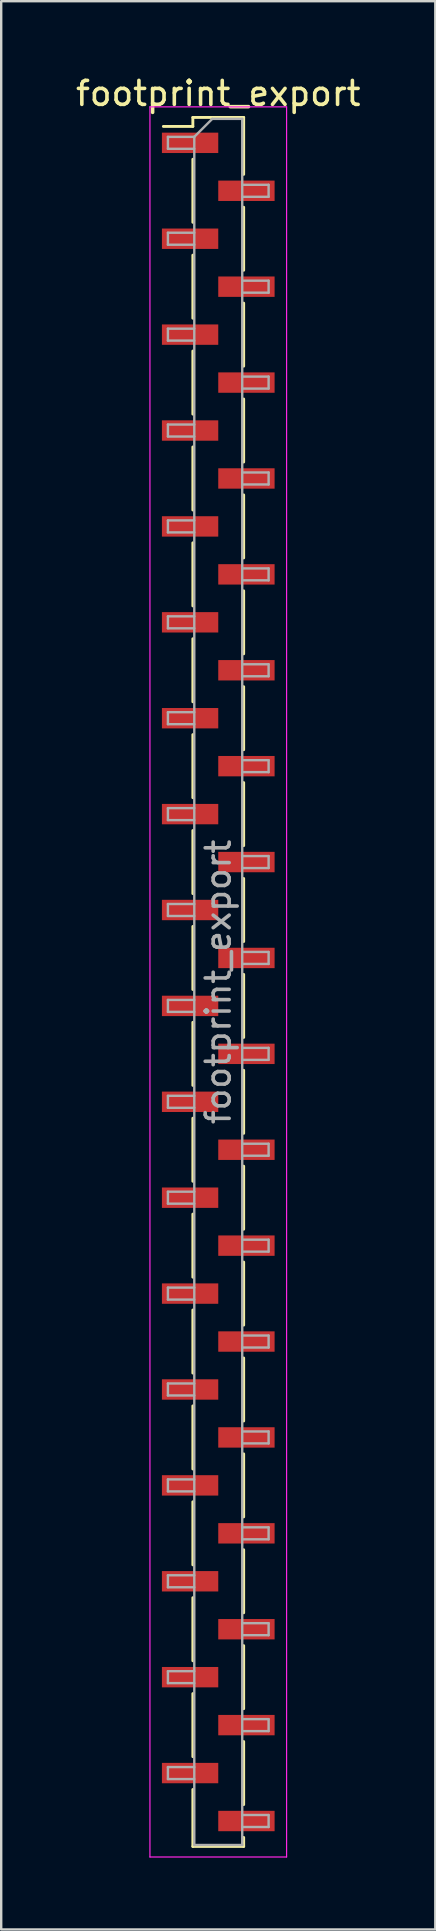
<source format=kicad_pcb>
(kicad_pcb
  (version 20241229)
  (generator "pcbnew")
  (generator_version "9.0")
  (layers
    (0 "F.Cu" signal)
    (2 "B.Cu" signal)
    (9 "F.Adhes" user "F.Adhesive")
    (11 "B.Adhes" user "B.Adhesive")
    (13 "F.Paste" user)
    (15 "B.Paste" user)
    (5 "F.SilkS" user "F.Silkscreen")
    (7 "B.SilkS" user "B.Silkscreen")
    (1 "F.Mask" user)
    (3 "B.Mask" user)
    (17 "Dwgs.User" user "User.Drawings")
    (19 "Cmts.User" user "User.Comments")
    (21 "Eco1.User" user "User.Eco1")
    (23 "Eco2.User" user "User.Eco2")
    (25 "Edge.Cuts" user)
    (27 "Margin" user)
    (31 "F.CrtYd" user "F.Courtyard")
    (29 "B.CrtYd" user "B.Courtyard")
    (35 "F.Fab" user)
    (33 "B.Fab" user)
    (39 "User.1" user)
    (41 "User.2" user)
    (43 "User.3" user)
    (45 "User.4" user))
  (footprint "footprint_export"
    (layer "F.Cu")
    (at 6.054 37.908)
    (property "Reference" "footprint_export" (at 0 -37.06 0) (layer "F.SilkS") (effects (font (size 1 1) (thickness 0.15))))
    (attr smd)
    (fp_line (start -1.06 -36.06) (end -1.06 -35.685) (stroke (width 0.12) (type solid)) (layer "F.SilkS"))
    (fp_line (start -1.06 -36.06) (end 1.06 -36.06) (stroke (width 0.12) (type solid)) (layer "F.SilkS"))
    (fp_line (start -1.06 -35.685) (end -2.29 -35.685) (stroke (width 0.12) (type solid)) (layer "F.SilkS"))
    (fp_line (start -1.06 -34.315) (end -1.06 -31.685) (stroke (width 0.12) (type solid)) (layer "F.SilkS"))
    (fp_line (start -1.06 -30.315) (end -1.06 -27.685) (stroke (width 0.12) (type solid)) (layer "F.SilkS"))
    (fp_line (start -1.06 -26.315) (end -1.06 -23.685) (stroke (width 0.12) (type solid)) (layer "F.SilkS"))
    (fp_line (start -1.06 -22.315) (end -1.06 -19.685) (stroke (width 0.12) (type solid)) (layer "F.SilkS"))
    (fp_line (start -1.06 -18.315) (end -1.06 -15.685) (stroke (width 0.12) (type solid)) (layer "F.SilkS"))
    (fp_line (start -1.06 -14.315) (end -1.06 -11.685) (stroke (width 0.12) (type solid)) (layer "F.SilkS"))
    (fp_line (start -1.06 -10.315) (end -1.06 -7.685) (stroke (width 0.12) (type solid)) (layer "F.SilkS"))
    (fp_line (start -1.06 -6.315) (end -1.06 -3.685) (stroke (width 0.12) (type solid)) (layer "F.SilkS"))
    (fp_line (start -1.06 -2.315) (end -1.06 0.315) (stroke (width 0.12) (type solid)) (layer "F.SilkS"))
    (fp_line (start -1.06 1.685) (end -1.06 4.315) (stroke (width 0.12) (type solid)) (layer "F.SilkS"))
    (fp_line (start -1.06 5.685) (end -1.06 8.315) (stroke (width 0.12) (type solid)) (layer "F.SilkS"))
    (fp_line (start -1.06 9.685) (end -1.06 12.315) (stroke (width 0.12) (type solid)) (layer "F.SilkS"))
    (fp_line (start -1.06 13.685) (end -1.06 16.315) (stroke (width 0.12) (type solid)) (layer "F.SilkS"))
    (fp_line (start -1.06 17.685) (end -1.06 20.315) (stroke (width 0.12) (type solid)) (layer "F.SilkS"))
    (fp_line (start -1.06 21.685) (end -1.06 24.315) (stroke (width 0.12) (type solid)) (layer "F.SilkS"))
    (fp_line (start -1.06 25.685) (end -1.06 28.315) (stroke (width 0.12) (type solid)) (layer "F.SilkS"))
    (fp_line (start -1.06 29.685) (end -1.06 32.315) (stroke (width 0.12) (type solid)) (layer "F.SilkS"))
    (fp_line (start -1.06 33.685) (end -1.06 36.06) (stroke (width 0.12) (type solid)) (layer "F.SilkS"))
    (fp_line (start -1.06 36.06) (end 1.06 36.06) (stroke (width 0.12) (type solid)) (layer "F.SilkS"))
    (fp_line (start 1.06 -36.06) (end 1.06 -33.685) (stroke (width 0.12) (type solid)) (layer "F.SilkS"))
    (fp_line (start 1.06 -32.315) (end 1.06 -29.685) (stroke (width 0.12) (type solid)) (layer "F.SilkS"))
    (fp_line (start 1.06 -28.315) (end 1.06 -25.685) (stroke (width 0.12) (type solid)) (layer "F.SilkS"))
    (fp_line (start 1.06 -24.315) (end 1.06 -21.685) (stroke (width 0.12) (type solid)) (layer "F.SilkS"))
    (fp_line (start 1.06 -20.315) (end 1.06 -17.685) (stroke (width 0.12) (type solid)) (layer "F.SilkS"))
    (fp_line (start 1.06 -16.315) (end 1.06 -13.685) (stroke (width 0.12) (type solid)) (layer "F.SilkS"))
    (fp_line (start 1.06 -12.315) (end 1.06 -9.685) (stroke (width 0.12) (type solid)) (layer "F.SilkS"))
    (fp_line (start 1.06 -8.315) (end 1.06 -5.685) (stroke (width 0.12) (type solid)) (layer "F.SilkS"))
    (fp_line (start 1.06 -4.315) (end 1.06 -1.685) (stroke (width 0.12) (type solid)) (layer "F.SilkS"))
    (fp_line (start 1.06 -0.315) (end 1.06 2.315) (stroke (width 0.12) (type solid)) (layer "F.SilkS"))
    (fp_line (start 1.06 3.685) (end 1.06 6.315) (stroke (width 0.12) (type solid)) (layer "F.SilkS"))
    (fp_line (start 1.06 7.685) (end 1.06 10.315) (stroke (width 0.12) (type solid)) (layer "F.SilkS"))
    (fp_line (start 1.06 11.685) (end 1.06 14.315) (stroke (width 0.12) (type solid)) (layer "F.SilkS"))
    (fp_line (start 1.06 15.685) (end 1.06 18.315) (stroke (width 0.12) (type solid)) (layer "F.SilkS"))
    (fp_line (start 1.06 19.685) (end 1.06 22.315) (stroke (width 0.12) (type solid)) (layer "F.SilkS"))
    (fp_line (start 1.06 23.685) (end 1.06 26.315) (stroke (width 0.12) (type solid)) (layer "F.SilkS"))
    (fp_line (start 1.06 27.685) (end 1.06 30.315) (stroke (width 0.12) (type solid)) (layer "F.SilkS"))
    (fp_line (start 1.06 31.685) (end 1.06 34.315) (stroke (width 0.12) (type solid)) (layer "F.SilkS"))
    (fp_line (start 1.06 35.685) (end 1.06 36.06) (stroke (width 0.12) (type solid)) (layer "F.SilkS"))
    (fp_line (start -2.85 -36.5) (end -2.85 36.5) (stroke (width 0.05) (type solid)) (layer "F.CrtYd"))
    (fp_line (start -2.85 36.5) (end 2.85 36.5) (stroke (width 0.05) (type solid)) (layer "F.CrtYd"))
    (fp_line (start 2.85 -36.5) (end -2.85 -36.5) (stroke (width 0.05) (type solid)) (layer "F.CrtYd"))
    (fp_line (start 2.85 36.5) (end 2.85 -36.5) (stroke (width 0.05) (type solid)) (layer "F.CrtYd"))
    (fp_line (start -2.1 -35.25) (end -2.1 -34.75) (stroke (width 0.1) (type solid)) (layer "F.Fab"))
    (fp_line (start -2.1 -34.75) (end -1 -34.75) (stroke (width 0.1) (type solid)) (layer "F.Fab"))
    (fp_line (start -2.1 -31.25) (end -2.1 -30.75) (stroke (width 0.1) (type solid)) (layer "F.Fab"))
    (fp_line (start -2.1 -30.75) (end -1 -30.75) (stroke (width 0.1) (type solid)) (layer "F.Fab"))
    (fp_line (start -2.1 -27.25) (end -2.1 -26.75) (stroke (width 0.1) (type solid)) (layer "F.Fab"))
    (fp_line (start -2.1 -26.75) (end -1 -26.75) (stroke (width 0.1) (type solid)) (layer "F.Fab"))
    (fp_line (start -2.1 -23.25) (end -2.1 -22.75) (stroke (width 0.1) (type solid)) (layer "F.Fab"))
    (fp_line (start -2.1 -22.75) (end -1 -22.75) (stroke (width 0.1) (type solid)) (layer "F.Fab"))
    (fp_line (start -2.1 -19.25) (end -2.1 -18.75) (stroke (width 0.1) (type solid)) (layer "F.Fab"))
    (fp_line (start -2.1 -18.75) (end -1 -18.75) (stroke (width 0.1) (type solid)) (layer "F.Fab"))
    (fp_line (start -2.1 -15.25) (end -2.1 -14.75) (stroke (width 0.1) (type solid)) (layer "F.Fab"))
    (fp_line (start -2.1 -14.75) (end -1 -14.75) (stroke (width 0.1) (type solid)) (layer "F.Fab"))
    (fp_line (start -2.1 -11.25) (end -2.1 -10.75) (stroke (width 0.1) (type solid)) (layer "F.Fab"))
    (fp_line (start -2.1 -10.75) (end -1 -10.75) (stroke (width 0.1) (type solid)) (layer "F.Fab"))
    (fp_line (start -2.1 -7.25) (end -2.1 -6.75) (stroke (width 0.1) (type solid)) (layer "F.Fab"))
    (fp_line (start -2.1 -6.75) (end -1 -6.75) (stroke (width 0.1) (type solid)) (layer "F.Fab"))
    (fp_line (start -2.1 -3.25) (end -2.1 -2.75) (stroke (width 0.1) (type solid)) (layer "F.Fab"))
    (fp_line (start -2.1 -2.75) (end -1 -2.75) (stroke (width 0.1) (type solid)) (layer "F.Fab"))
    (fp_line (start -2.1 0.75) (end -2.1 1.25) (stroke (width 0.1) (type solid)) (layer "F.Fab"))
    (fp_line (start -2.1 1.25) (end -1 1.25) (stroke (width 0.1) (type solid)) (layer "F.Fab"))
    (fp_line (start -2.1 4.75) (end -2.1 5.25) (stroke (width 0.1) (type solid)) (layer "F.Fab"))
    (fp_line (start -2.1 5.25) (end -1 5.25) (stroke (width 0.1) (type solid)) (layer "F.Fab"))
    (fp_line (start -2.1 8.75) (end -2.1 9.25) (stroke (width 0.1) (type solid)) (layer "F.Fab"))
    (fp_line (start -2.1 9.25) (end -1 9.25) (stroke (width 0.1) (type solid)) (layer "F.Fab"))
    (fp_line (start -2.1 12.75) (end -2.1 13.25) (stroke (width 0.1) (type solid)) (layer "F.Fab"))
    (fp_line (start -2.1 13.25) (end -1 13.25) (stroke (width 0.1) (type solid)) (layer "F.Fab"))
    (fp_line (start -2.1 16.75) (end -2.1 17.25) (stroke (width 0.1) (type solid)) (layer "F.Fab"))
    (fp_line (start -2.1 17.25) (end -1 17.25) (stroke (width 0.1) (type solid)) (layer "F.Fab"))
    (fp_line (start -2.1 20.75) (end -2.1 21.25) (stroke (width 0.1) (type solid)) (layer "F.Fab"))
    (fp_line (start -2.1 21.25) (end -1 21.25) (stroke (width 0.1) (type solid)) (layer "F.Fab"))
    (fp_line (start -2.1 24.75) (end -2.1 25.25) (stroke (width 0.1) (type solid)) (layer "F.Fab"))
    (fp_line (start -2.1 25.25) (end -1 25.25) (stroke (width 0.1) (type solid)) (layer "F.Fab"))
    (fp_line (start -2.1 28.75) (end -2.1 29.25) (stroke (width 0.1) (type solid)) (layer "F.Fab"))
    (fp_line (start -2.1 29.25) (end -1 29.25) (stroke (width 0.1) (type solid)) (layer "F.Fab"))
    (fp_line (start -2.1 32.75) (end -2.1 33.25) (stroke (width 0.1) (type solid)) (layer "F.Fab"))
    (fp_line (start -2.1 33.25) (end -1 33.25) (stroke (width 0.1) (type solid)) (layer "F.Fab"))
    (fp_line (start -1 -35.25) (end -2.1 -35.25) (stroke (width 0.1) (type solid)) (layer "F.Fab"))
    (fp_line (start -1 -35.25) (end -0.25 -36) (stroke (width 0.1) (type solid)) (layer "F.Fab"))
    (fp_line (start -1 -31.25) (end -2.1 -31.25) (stroke (width 0.1) (type solid)) (layer "F.Fab"))
    (fp_line (start -1 -27.25) (end -2.1 -27.25) (stroke (width 0.1) (type solid)) (layer "F.Fab"))
    (fp_line (start -1 -23.25) (end -2.1 -23.25) (stroke (width 0.1) (type solid)) (layer "F.Fab"))
    (fp_line (start -1 -19.25) (end -2.1 -19.25) (stroke (width 0.1) (type solid)) (layer "F.Fab"))
    (fp_line (start -1 -15.25) (end -2.1 -15.25) (stroke (width 0.1) (type solid)) (layer "F.Fab"))
    (fp_line (start -1 -11.25) (end -2.1 -11.25) (stroke (width 0.1) (type solid)) (layer "F.Fab"))
    (fp_line (start -1 -7.25) (end -2.1 -7.25) (stroke (width 0.1) (type solid)) (layer "F.Fab"))
    (fp_line (start -1 -3.25) (end -2.1 -3.25) (stroke (width 0.1) (type solid)) (layer "F.Fab"))
    (fp_line (start -1 0.75) (end -2.1 0.75) (stroke (width 0.1) (type solid)) (layer "F.Fab"))
    (fp_line (start -1 4.75) (end -2.1 4.75) (stroke (width 0.1) (type solid)) (layer "F.Fab"))
    (fp_line (start -1 8.75) (end -2.1 8.75) (stroke (width 0.1) (type solid)) (layer "F.Fab"))
    (fp_line (start -1 12.75) (end -2.1 12.75) (stroke (width 0.1) (type solid)) (layer "F.Fab"))
    (fp_line (start -1 16.75) (end -2.1 16.75) (stroke (width 0.1) (type solid)) (layer "F.Fab"))
    (fp_line (start -1 20.75) (end -2.1 20.75) (stroke (width 0.1) (type solid)) (layer "F.Fab"))
    (fp_line (start -1 24.75) (end -2.1 24.75) (stroke (width 0.1) (type solid)) (layer "F.Fab"))
    (fp_line (start -1 28.75) (end -2.1 28.75) (stroke (width 0.1) (type solid)) (layer "F.Fab"))
    (fp_line (start -1 32.75) (end -2.1 32.75) (stroke (width 0.1) (type solid)) (layer "F.Fab"))
    (fp_line (start -1 36) (end -1 -35.25) (stroke (width 0.1) (type solid)) (layer "F.Fab"))
    (fp_line (start -0.25 -36) (end 1 -36) (stroke (width 0.1) (type solid)) (layer "F.Fab"))
    (fp_line (start 1 -36) (end 1 36) (stroke (width 0.1) (type solid)) (layer "F.Fab"))
    (fp_line (start 1 -33.25) (end 2.1 -33.25) (stroke (width 0.1) (type solid)) (layer "F.Fab"))
    (fp_line (start 1 -29.25) (end 2.1 -29.25) (stroke (width 0.1) (type solid)) (layer "F.Fab"))
    (fp_line (start 1 -25.25) (end 2.1 -25.25) (stroke (width 0.1) (type solid)) (layer "F.Fab"))
    (fp_line (start 1 -21.25) (end 2.1 -21.25) (stroke (width 0.1) (type solid)) (layer "F.Fab"))
    (fp_line (start 1 -17.25) (end 2.1 -17.25) (stroke (width 0.1) (type solid)) (layer "F.Fab"))
    (fp_line (start 1 -13.25) (end 2.1 -13.25) (stroke (width 0.1) (type solid)) (layer "F.Fab"))
    (fp_line (start 1 -9.25) (end 2.1 -9.25) (stroke (width 0.1) (type solid)) (layer "F.Fab"))
    (fp_line (start 1 -5.25) (end 2.1 -5.25) (stroke (width 0.1) (type solid)) (layer "F.Fab"))
    (fp_line (start 1 -1.25) (end 2.1 -1.25) (stroke (width 0.1) (type solid)) (layer "F.Fab"))
    (fp_line (start 1 2.75) (end 2.1 2.75) (stroke (width 0.1) (type solid)) (layer "F.Fab"))
    (fp_line (start 1 6.75) (end 2.1 6.75) (stroke (width 0.1) (type solid)) (layer "F.Fab"))
    (fp_line (start 1 10.75) (end 2.1 10.75) (stroke (width 0.1) (type solid)) (layer "F.Fab"))
    (fp_line (start 1 14.75) (end 2.1 14.75) (stroke (width 0.1) (type solid)) (layer "F.Fab"))
    (fp_line (start 1 18.75) (end 2.1 18.75) (stroke (width 0.1) (type solid)) (layer "F.Fab"))
    (fp_line (start 1 22.75) (end 2.1 22.75) (stroke (width 0.1) (type solid)) (layer "F.Fab"))
    (fp_line (start 1 26.75) (end 2.1 26.75) (stroke (width 0.1) (type solid)) (layer "F.Fab"))
    (fp_line (start 1 30.75) (end 2.1 30.75) (stroke (width 0.1) (type solid)) (layer "F.Fab"))
    (fp_line (start 1 34.75) (end 2.1 34.75) (stroke (width 0.1) (type solid)) (layer "F.Fab"))
    (fp_line (start 1 36) (end -1 36) (stroke (width 0.1) (type solid)) (layer "F.Fab"))
    (fp_line (start 2.1 -33.25) (end 2.1 -32.75) (stroke (width 0.1) (type solid)) (layer "F.Fab"))
    (fp_line (start 2.1 -32.75) (end 1 -32.75) (stroke (width 0.1) (type solid)) (layer "F.Fab"))
    (fp_line (start 2.1 -29.25) (end 2.1 -28.75) (stroke (width 0.1) (type solid)) (layer "F.Fab"))
    (fp_line (start 2.1 -28.75) (end 1 -28.75) (stroke (width 0.1) (type solid)) (layer "F.Fab"))
    (fp_line (start 2.1 -25.25) (end 2.1 -24.75) (stroke (width 0.1) (type solid)) (layer "F.Fab"))
    (fp_line (start 2.1 -24.75) (end 1 -24.75) (stroke (width 0.1) (type solid)) (layer "F.Fab"))
    (fp_line (start 2.1 -21.25) (end 2.1 -20.75) (stroke (width 0.1) (type solid)) (layer "F.Fab"))
    (fp_line (start 2.1 -20.75) (end 1 -20.75) (stroke (width 0.1) (type solid)) (layer "F.Fab"))
    (fp_line (start 2.1 -17.25) (end 2.1 -16.75) (stroke (width 0.1) (type solid)) (layer "F.Fab"))
    (fp_line (start 2.1 -16.75) (end 1 -16.75) (stroke (width 0.1) (type solid)) (layer "F.Fab"))
    (fp_line (start 2.1 -13.25) (end 2.1 -12.75) (stroke (width 0.1) (type solid)) (layer "F.Fab"))
    (fp_line (start 2.1 -12.75) (end 1 -12.75) (stroke (width 0.1) (type solid)) (layer "F.Fab"))
    (fp_line (start 2.1 -9.25) (end 2.1 -8.75) (stroke (width 0.1) (type solid)) (layer "F.Fab"))
    (fp_line (start 2.1 -8.75) (end 1 -8.75) (stroke (width 0.1) (type solid)) (layer "F.Fab"))
    (fp_line (start 2.1 -5.25) (end 2.1 -4.75) (stroke (width 0.1) (type solid)) (layer "F.Fab"))
    (fp_line (start 2.1 -4.75) (end 1 -4.75) (stroke (width 0.1) (type solid)) (layer "F.Fab"))
    (fp_line (start 2.1 -1.25) (end 2.1 -0.75) (stroke (width 0.1) (type solid)) (layer "F.Fab"))
    (fp_line (start 2.1 -0.75) (end 1 -0.75) (stroke (width 0.1) (type solid)) (layer "F.Fab"))
    (fp_line (start 2.1 2.75) (end 2.1 3.25) (stroke (width 0.1) (type solid)) (layer "F.Fab"))
    (fp_line (start 2.1 3.25) (end 1 3.25) (stroke (width 0.1) (type solid)) (layer "F.Fab"))
    (fp_line (start 2.1 6.75) (end 2.1 7.25) (stroke (width 0.1) (type solid)) (layer "F.Fab"))
    (fp_line (start 2.1 7.25) (end 1 7.25) (stroke (width 0.1) (type solid)) (layer "F.Fab"))
    (fp_line (start 2.1 10.75) (end 2.1 11.25) (stroke (width 0.1) (type solid)) (layer "F.Fab"))
    (fp_line (start 2.1 11.25) (end 1 11.25) (stroke (width 0.1) (type solid)) (layer "F.Fab"))
    (fp_line (start 2.1 14.75) (end 2.1 15.25) (stroke (width 0.1) (type solid)) (layer "F.Fab"))
    (fp_line (start 2.1 15.25) (end 1 15.25) (stroke (width 0.1) (type solid)) (layer "F.Fab"))
    (fp_line (start 2.1 18.75) (end 2.1 19.25) (stroke (width 0.1) (type solid)) (layer "F.Fab"))
    (fp_line (start 2.1 19.25) (end 1 19.25) (stroke (width 0.1) (type solid)) (layer "F.Fab"))
    (fp_line (start 2.1 22.75) (end 2.1 23.25) (stroke (width 0.1) (type solid)) (layer "F.Fab"))
    (fp_line (start 2.1 23.25) (end 1 23.25) (stroke (width 0.1) (type solid)) (layer "F.Fab"))
    (fp_line (start 2.1 26.75) (end 2.1 27.25) (stroke (width 0.1) (type solid)) (layer "F.Fab"))
    (fp_line (start 2.1 27.25) (end 1 27.25) (stroke (width 0.1) (type solid)) (layer "F.Fab"))
    (fp_line (start 2.1 30.75) (end 2.1 31.25) (stroke (width 0.1) (type solid)) (layer "F.Fab"))
    (fp_line (start 2.1 31.25) (end 1 31.25) (stroke (width 0.1) (type solid)) (layer "F.Fab"))
    (fp_line (start 2.1 34.75) (end 2.1 35.25) (stroke (width 0.1) (type solid)) (layer "F.Fab"))
    (fp_line (start 2.1 35.25) (end 1 35.25) (stroke (width 0.1) (type solid)) (layer "F.Fab"))
    (fp_text user "${REFERENCE}" (at 0 0 90) (layer "F.Fab") (effects (font (size 1 1) (thickness 0.15))))
    (pad "1" smd rect (at -1.175 -35) (size 2.35 0.85) (layers "F.Cu" "F.Mask" "F.Paste"))
    (pad "2" smd rect (at 1.175 -33) (size 2.35 0.85) (layers "F.Cu" "F.Mask" "F.Paste"))
    (pad "3" smd rect (at -1.175 -31) (size 2.35 0.85) (layers "F.Cu" "F.Mask" "F.Paste"))
    (pad "4" smd rect (at 1.175 -29) (size 2.35 0.85) (layers "F.Cu" "F.Mask" "F.Paste"))
    (pad "5" smd rect (at -1.175 -27) (size 2.35 0.85) (layers "F.Cu" "F.Mask" "F.Paste"))
    (pad "6" smd rect (at 1.175 -25) (size 2.35 0.85) (layers "F.Cu" "F.Mask" "F.Paste"))
    (pad "7" smd rect (at -1.175 -23) (size 2.35 0.85) (layers "F.Cu" "F.Mask" "F.Paste"))
    (pad "8" smd rect (at 1.175 -21) (size 2.35 0.85) (layers "F.Cu" "F.Mask" "F.Paste"))
    (pad "9" smd rect (at -1.175 -19) (size 2.35 0.85) (layers "F.Cu" "F.Mask" "F.Paste"))
    (pad "10" smd rect (at 1.175 -17) (size 2.35 0.85) (layers "F.Cu" "F.Mask" "F.Paste"))
    (pad "11" smd rect (at -1.175 -15) (size 2.35 0.85) (layers "F.Cu" "F.Mask" "F.Paste"))
    (pad "12" smd rect (at 1.175 -13) (size 2.35 0.85) (layers "F.Cu" "F.Mask" "F.Paste"))
    (pad "13" smd rect (at -1.175 -11) (size 2.35 0.85) (layers "F.Cu" "F.Mask" "F.Paste"))
    (pad "14" smd rect (at 1.175 -9) (size 2.35 0.85) (layers "F.Cu" "F.Mask" "F.Paste"))
    (pad "15" smd rect (at -1.175 -7) (size 2.35 0.85) (layers "F.Cu" "F.Mask" "F.Paste"))
    (pad "16" smd rect (at 1.175 -5) (size 2.35 0.85) (layers "F.Cu" "F.Mask" "F.Paste"))
    (pad "17" smd rect (at -1.175 -3) (size 2.35 0.85) (layers "F.Cu" "F.Mask" "F.Paste"))
    (pad "18" smd rect (at 1.175 -1) (size 2.35 0.85) (layers "F.Cu" "F.Mask" "F.Paste"))
    (pad "19" smd rect (at -1.175 1) (size 2.35 0.85) (layers "F.Cu" "F.Mask" "F.Paste"))
    (pad "20" smd rect (at 1.175 3) (size 2.35 0.85) (layers "F.Cu" "F.Mask" "F.Paste"))
    (pad "21" smd rect (at -1.175 5) (size 2.35 0.85) (layers "F.Cu" "F.Mask" "F.Paste"))
    (pad "22" smd rect (at 1.175 7) (size 2.35 0.85) (layers "F.Cu" "F.Mask" "F.Paste"))
    (pad "23" smd rect (at -1.175 9) (size 2.35 0.85) (layers "F.Cu" "F.Mask" "F.Paste"))
    (pad "24" smd rect (at 1.175 11) (size 2.35 0.85) (layers "F.Cu" "F.Mask" "F.Paste"))
    (pad "25" smd rect (at -1.175 13) (size 2.35 0.85) (layers "F.Cu" "F.Mask" "F.Paste"))
    (pad "26" smd rect (at 1.175 15) (size 2.35 0.85) (layers "F.Cu" "F.Mask" "F.Paste"))
    (pad "27" smd rect (at -1.175 17) (size 2.35 0.85) (layers "F.Cu" "F.Mask" "F.Paste"))
    (pad "28" smd rect (at 1.175 19) (size 2.35 0.85) (layers "F.Cu" "F.Mask" "F.Paste"))
    (pad "29" smd rect (at -1.175 21) (size 2.35 0.85) (layers "F.Cu" "F.Mask" "F.Paste"))
    (pad "30" smd rect (at 1.175 23) (size 2.35 0.85) (layers "F.Cu" "F.Mask" "F.Paste"))
    (pad "31" smd rect (at -1.175 25) (size 2.35 0.85) (layers "F.Cu" "F.Mask" "F.Paste"))
    (pad "32" smd rect (at 1.175 27) (size 2.35 0.85) (layers "F.Cu" "F.Mask" "F.Paste"))
    (pad "33" smd rect (at -1.175 29) (size 2.35 0.85) (layers "F.Cu" "F.Mask" "F.Paste"))
    (pad "34" smd rect (at 1.175 31) (size 2.35 0.85) (layers "F.Cu" "F.Mask" "F.Paste"))
    (pad "35" smd rect (at -1.175 33) (size 2.35 0.85) (layers "F.Cu" "F.Mask" "F.Paste"))
    (pad "36" smd rect (at 1.175 35) (size 2.35 0.85) (layers "F.Cu" "F.Mask" "F.Paste")))
  (gr_rect
    (start -3 -3)
    (end 15.107 77.433)
    (stroke (width 0.1) (type default))
    (fill no)
    (layer "Edge.Cuts")))
</source>
